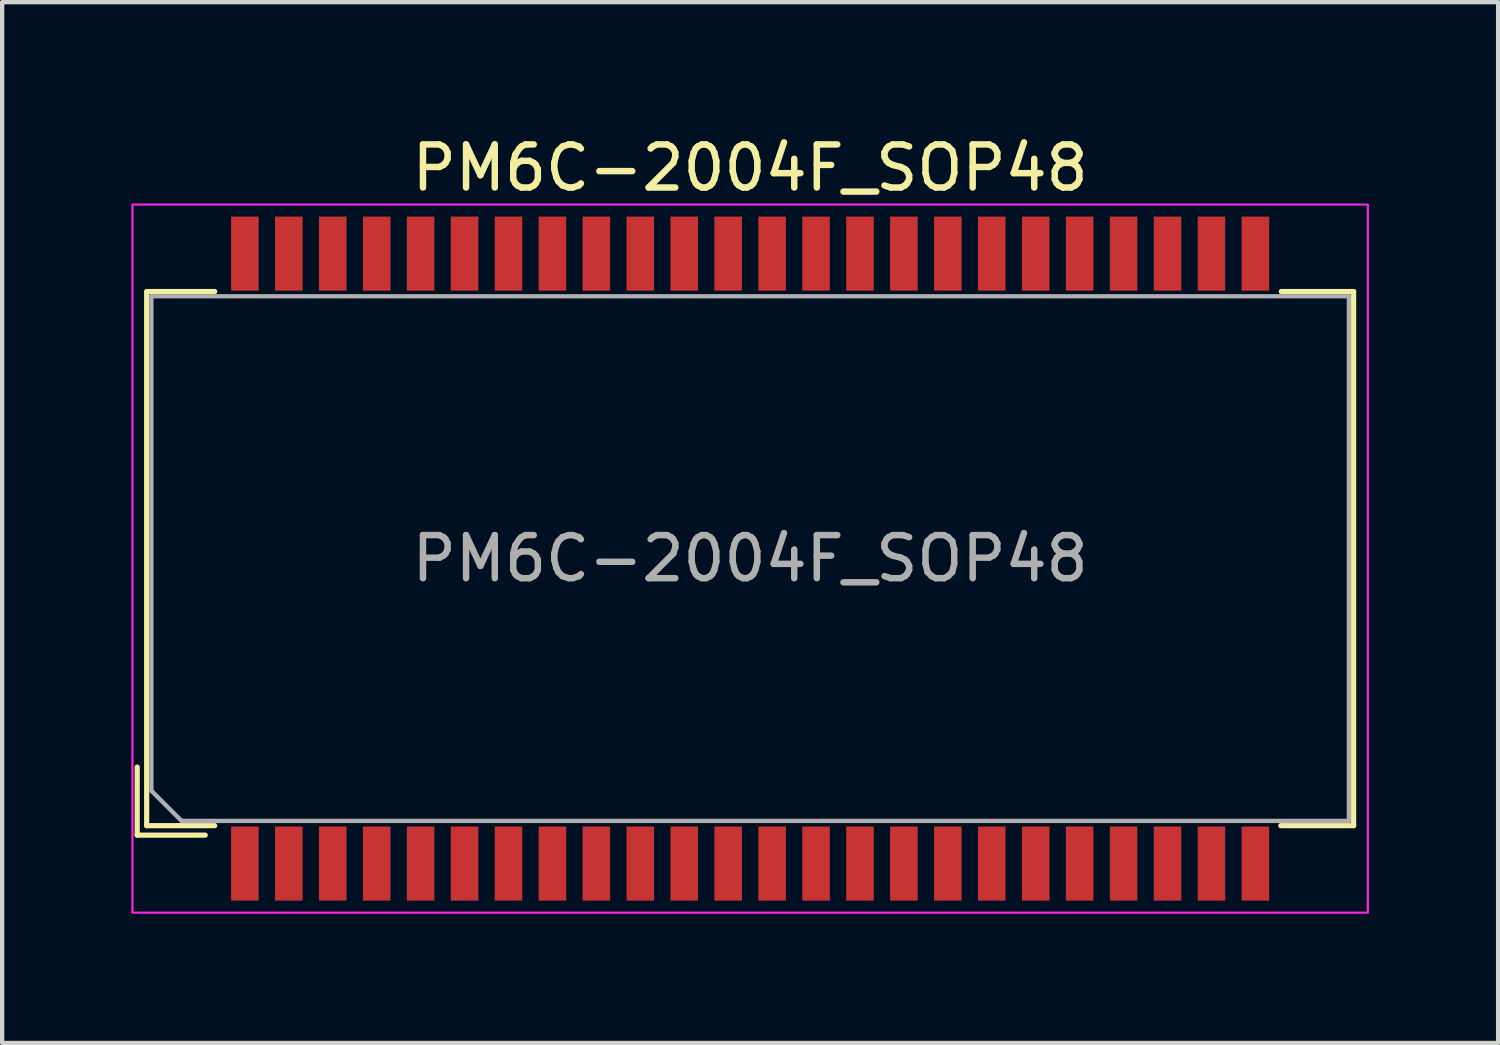
<source format=kicad_pcb>
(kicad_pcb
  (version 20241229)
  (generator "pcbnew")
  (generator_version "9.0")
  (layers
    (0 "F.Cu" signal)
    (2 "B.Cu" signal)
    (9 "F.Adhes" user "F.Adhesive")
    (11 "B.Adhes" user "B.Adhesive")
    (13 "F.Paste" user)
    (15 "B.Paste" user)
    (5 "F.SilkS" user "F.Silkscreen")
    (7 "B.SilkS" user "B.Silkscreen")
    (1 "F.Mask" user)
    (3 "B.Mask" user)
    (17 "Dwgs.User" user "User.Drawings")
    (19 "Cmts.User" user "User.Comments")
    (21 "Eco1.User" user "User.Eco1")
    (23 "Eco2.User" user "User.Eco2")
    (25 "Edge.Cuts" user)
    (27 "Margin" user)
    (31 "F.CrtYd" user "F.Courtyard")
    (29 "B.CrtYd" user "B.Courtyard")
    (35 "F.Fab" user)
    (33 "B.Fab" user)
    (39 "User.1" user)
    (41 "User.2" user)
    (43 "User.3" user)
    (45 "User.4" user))
  (footprint "PM6C-2004F_SOP48"
    (layer "F.Cu")
    (at 14.365 9.918)
    (property "Reference" "PM6C-2004F_SOP48" (at 0 -9.07 0) (unlocked yes) (layer "F.SilkS") (effects (font (size 1 1) (thickness 0.15))))
    (attr smd)
    (fp_line (start -14.23 6.42) (end -14.23 4.84) (stroke (width 0.12) (type solid)) (layer "F.SilkS"))
    (fp_line (start -14.23 6.42) (end -12.65 6.42) (stroke (width 0.12) (type solid)) (layer "F.SilkS"))
    (fp_line (start -14.01 -6.2) (end -12.43 -6.2) (stroke (width 0.12) (type solid)) (layer "F.SilkS"))
    (fp_line (start -14.01 -6.19) (end -14.01 6.2) (stroke (width 0.12) (type solid)) (layer "F.SilkS"))
    (fp_line (start -14.01 6.2) (end -12.43 6.2) (stroke (width 0.12) (type solid)) (layer "F.SilkS"))
    (fp_line (start 12.32 6.2) (end 14.01 6.2) (stroke (width 0.12) (type solid)) (layer "F.SilkS"))
    (fp_line (start 12.33 -6.2) (end 14.01 -6.2) (stroke (width 0.12) (type solid)) (layer "F.SilkS"))
    (fp_line (start 14.01 -6.2) (end 14.01 6.2) (stroke (width 0.12) (type solid)) (layer "F.SilkS"))
    (fp_rect (start -14.34 -8.22) (end 14.34 8.22) (stroke (width 0.05) (type solid)) (fill no) (layer "F.CrtYd"))
    (fp_line (start -13.9 -6.09) (end -13.9 5.39) (stroke (width 0.1) (type solid)) (layer "F.Fab"))
    (fp_line (start -13.9 -6.09) (end 13.9 -6.09) (stroke (width 0.1) (type solid)) (layer "F.Fab"))
    (fp_line (start -13.9 5.39) (end -13.2 6.09) (stroke (width 0.1) (type solid)) (layer "F.Fab"))
    (fp_line (start -13.2 6.09) (end 13.9 6.09) (stroke (width 0.1) (type solid)) (layer "F.Fab"))
    (fp_line (start 13.9 -6.09) (end 13.9 6.09) (stroke (width 0.1) (type solid)) (layer "F.Fab"))
    (fp_text user "${REFERENCE}" (at 0 0 0) (unlocked yes) (layer "F.Fab") (effects (font (size 1 1) (thickness 0.15))))
    (pad "1" smd rect (at -11.73 7.08) (size 0.64 1.72) (layers "F.Cu" "F.Mask" "F.Paste"))
    (pad "2" smd rect (at -10.71 7.08) (size 0.64 1.72) (layers "F.Cu" "F.Mask" "F.Paste"))
    (pad "3" smd rect (at -9.69 7.08) (size 0.64 1.72) (layers "F.Cu" "F.Mask" "F.Paste"))
    (pad "4" smd rect (at -8.67 7.08) (size 0.64 1.72) (layers "F.Cu" "F.Mask" "F.Paste"))
    (pad "5" smd rect (at -7.65 7.08) (size 0.64 1.72) (layers "F.Cu" "F.Mask" "F.Paste"))
    (pad "6" smd rect (at -6.63 7.08) (size 0.64 1.72) (layers "F.Cu" "F.Mask" "F.Paste"))
    (pad "7" smd rect (at -5.61 7.08) (size 0.64 1.72) (layers "F.Cu" "F.Mask" "F.Paste"))
    (pad "8" smd rect (at -4.59 7.08) (size 0.64 1.72) (layers "F.Cu" "F.Mask" "F.Paste"))
    (pad "9" smd rect (at -3.57 7.08) (size 0.64 1.72) (layers "F.Cu" "F.Mask" "F.Paste"))
    (pad "10" smd rect (at -2.55 7.08) (size 0.64 1.72) (layers "F.Cu" "F.Mask" "F.Paste"))
    (pad "11" smd rect (at -1.53 7.08) (size 0.64 1.72) (layers "F.Cu" "F.Mask" "F.Paste"))
    (pad "12" smd rect (at -0.51 7.08) (size 0.64 1.72) (layers "F.Cu" "F.Mask" "F.Paste"))
    (pad "13" smd rect (at 0.51 7.08) (size 0.64 1.72) (layers "F.Cu" "F.Mask" "F.Paste"))
    (pad "14" smd rect (at 1.53 7.08) (size 0.64 1.72) (layers "F.Cu" "F.Mask" "F.Paste"))
    (pad "15" smd rect (at 2.55 7.08) (size 0.64 1.72) (layers "F.Cu" "F.Mask" "F.Paste"))
    (pad "16" smd rect (at 3.57 7.08) (size 0.64 1.72) (layers "F.Cu" "F.Mask" "F.Paste"))
    (pad "17" smd rect (at 4.59 7.08) (size 0.64 1.72) (layers "F.Cu" "F.Mask" "F.Paste"))
    (pad "18" smd rect (at 5.61 7.08) (size 0.64 1.72) (layers "F.Cu" "F.Mask" "F.Paste"))
    (pad "19" smd rect (at 6.63 7.08) (size 0.64 1.72) (layers "F.Cu" "F.Mask" "F.Paste"))
    (pad "20" smd rect (at 7.65 7.08) (size 0.64 1.72) (layers "F.Cu" "F.Mask" "F.Paste"))
    (pad "21" smd rect (at 8.67 7.08) (size 0.64 1.72) (layers "F.Cu" "F.Mask" "F.Paste"))
    (pad "22" smd rect (at 9.69 7.08) (size 0.64 1.72) (layers "F.Cu" "F.Mask" "F.Paste"))
    (pad "23" smd rect (at 10.71 7.08) (size 0.64 1.72) (layers "F.Cu" "F.Mask" "F.Paste"))
    (pad "24" smd rect (at 11.73 7.08) (size 0.64 1.72) (layers "F.Cu" "F.Mask" "F.Paste"))
    (pad "25" smd rect (at 11.73 -7.08) (size 0.64 1.72) (layers "F.Cu" "F.Mask" "F.Paste"))
    (pad "26" smd rect (at 10.71 -7.08) (size 0.64 1.72) (layers "F.Cu" "F.Mask" "F.Paste"))
    (pad "27" smd rect (at 9.69 -7.08) (size 0.64 1.72) (layers "F.Cu" "F.Mask" "F.Paste"))
    (pad "28" smd rect (at 8.67 -7.08) (size 0.64 1.72) (layers "F.Cu" "F.Mask" "F.Paste"))
    (pad "29" smd rect (at 7.65 -7.08) (size 0.64 1.72) (layers "F.Cu" "F.Mask" "F.Paste"))
    (pad "30" smd rect (at 6.63 -7.08) (size 0.64 1.72) (layers "F.Cu" "F.Mask" "F.Paste"))
    (pad "31" smd rect (at 5.61 -7.08) (size 0.64 1.72) (layers "F.Cu" "F.Mask" "F.Paste"))
    (pad "32" smd rect (at 4.59 -7.08) (size 0.64 1.72) (layers "F.Cu" "F.Mask" "F.Paste"))
    (pad "33" smd rect (at 3.57 -7.08) (size 0.64 1.72) (layers "F.Cu" "F.Mask" "F.Paste"))
    (pad "34" smd rect (at 2.55 -7.08) (size 0.64 1.72) (layers "F.Cu" "F.Mask" "F.Paste"))
    (pad "35" smd rect (at 1.53 -7.08) (size 0.64 1.72) (layers "F.Cu" "F.Mask" "F.Paste"))
    (pad "36" smd rect (at 0.51 -7.08) (size 0.64 1.72) (layers "F.Cu" "F.Mask" "F.Paste"))
    (pad "37" smd rect (at -0.51 -7.08) (size 0.64 1.72) (layers "F.Cu" "F.Mask" "F.Paste"))
    (pad "38" smd rect (at -1.53 -7.08) (size 0.64 1.72) (layers "F.Cu" "F.Mask" "F.Paste"))
    (pad "39" smd rect (at -2.55 -7.08) (size 0.64 1.72) (layers "F.Cu" "F.Mask" "F.Paste"))
    (pad "40" smd rect (at -3.57 -7.08) (size 0.64 1.72) (layers "F.Cu" "F.Mask" "F.Paste"))
    (pad "41" smd rect (at -4.59 -7.08) (size 0.64 1.72) (layers "F.Cu" "F.Mask" "F.Paste"))
    (pad "42" smd rect (at -5.61 -7.08) (size 0.64 1.72) (layers "F.Cu" "F.Mask" "F.Paste"))
    (pad "43" smd rect (at -6.63 -7.08) (size 0.64 1.72) (layers "F.Cu" "F.Mask" "F.Paste"))
    (pad "44" smd rect (at -7.65 -7.08) (size 0.64 1.72) (layers "F.Cu" "F.Mask" "F.Paste"))
    (pad "45" smd rect (at -8.67 -7.08) (size 0.64 1.72) (layers "F.Cu" "F.Mask" "F.Paste"))
    (pad "46" smd rect (at -9.69 -7.08) (size 0.64 1.72) (layers "F.Cu" "F.Mask" "F.Paste"))
    (pad "47" smd rect (at -10.71 -7.08) (size 0.64 1.72) (layers "F.Cu" "F.Mask" "F.Paste"))
    (pad "48" smd rect (at -11.73 -7.08) (size 0.64 1.72) (layers "F.Cu" "F.Mask" "F.Paste")))
  (gr_rect
    (start -3 -3)
    (end 31.73 21.163)
    (stroke (width 0.1) (type default))
    (fill no)
    (layer "Edge.Cuts")))
</source>
